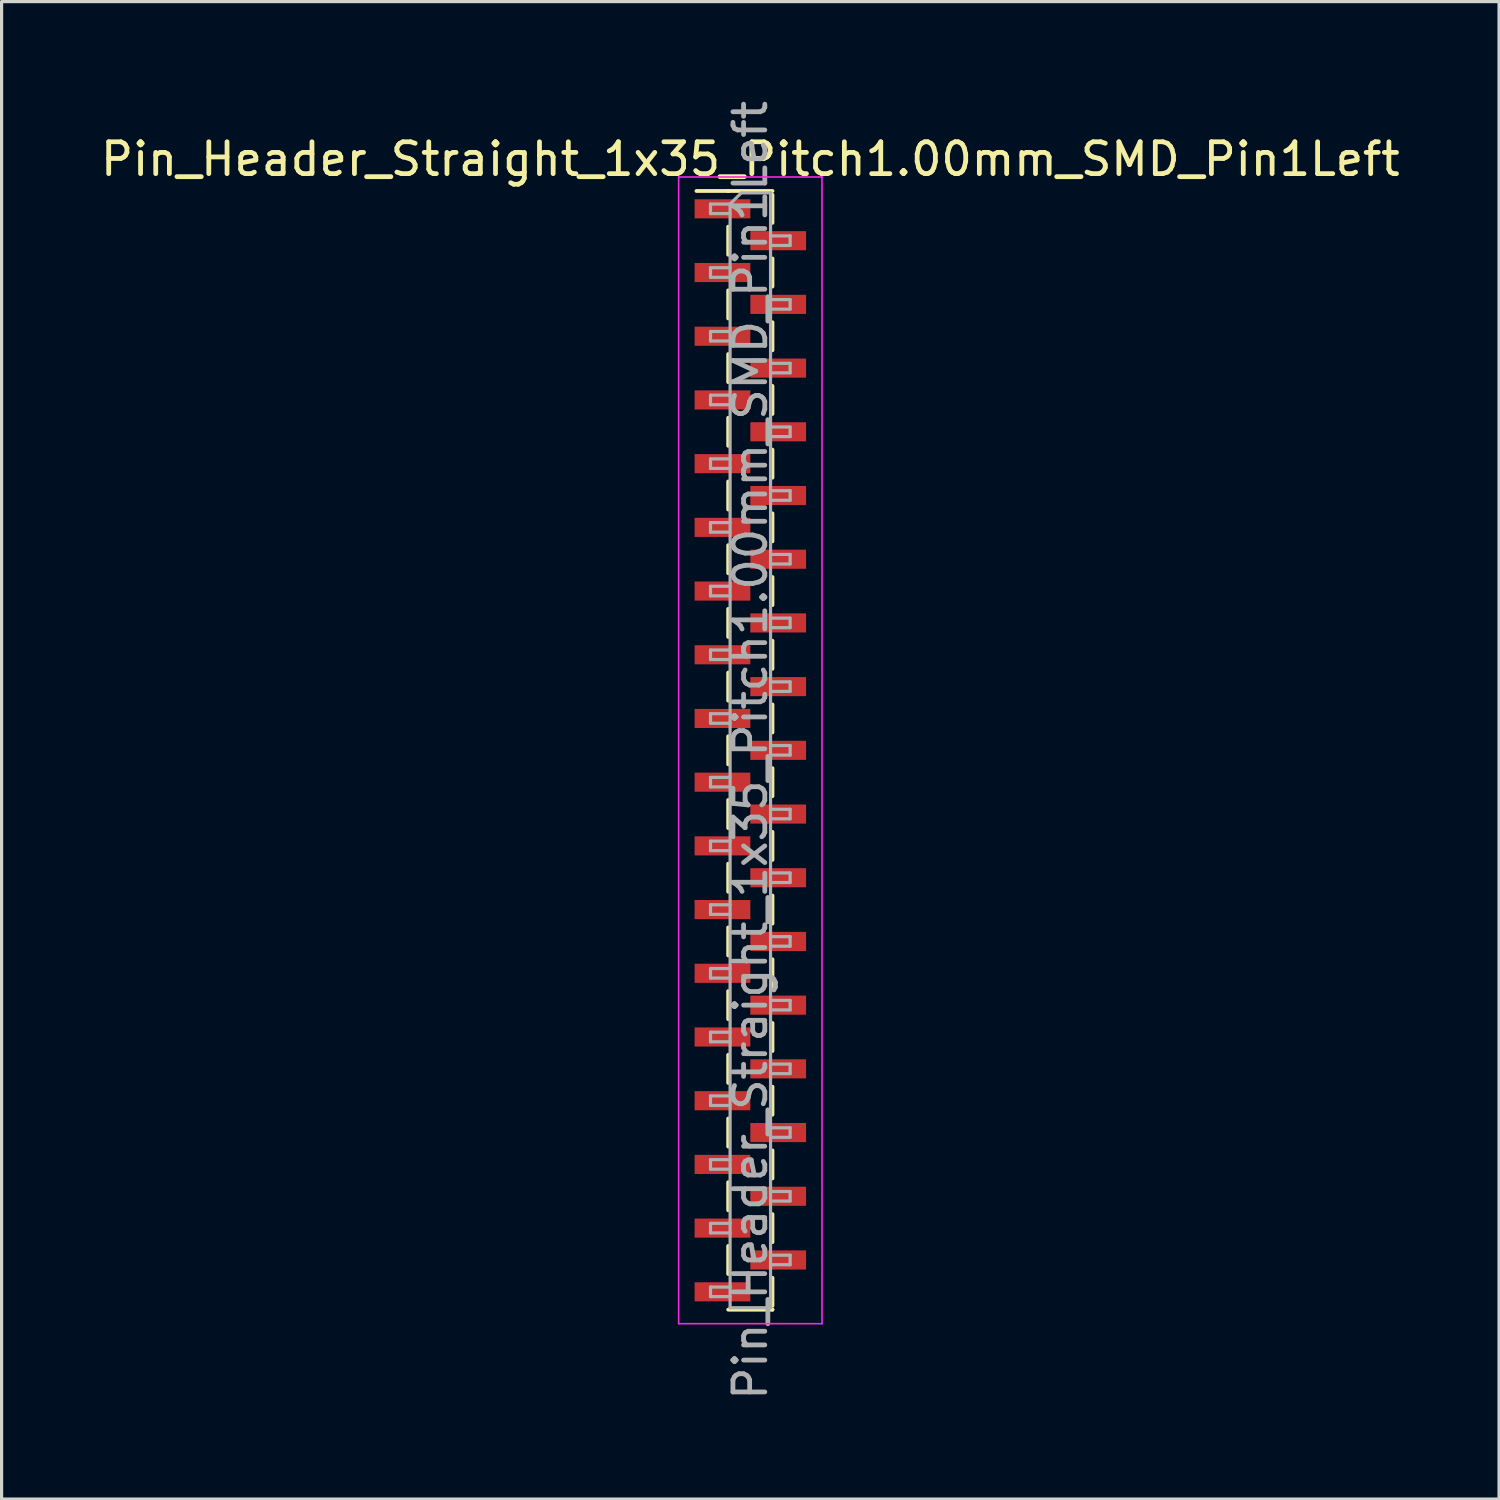
<source format=kicad_pcb>
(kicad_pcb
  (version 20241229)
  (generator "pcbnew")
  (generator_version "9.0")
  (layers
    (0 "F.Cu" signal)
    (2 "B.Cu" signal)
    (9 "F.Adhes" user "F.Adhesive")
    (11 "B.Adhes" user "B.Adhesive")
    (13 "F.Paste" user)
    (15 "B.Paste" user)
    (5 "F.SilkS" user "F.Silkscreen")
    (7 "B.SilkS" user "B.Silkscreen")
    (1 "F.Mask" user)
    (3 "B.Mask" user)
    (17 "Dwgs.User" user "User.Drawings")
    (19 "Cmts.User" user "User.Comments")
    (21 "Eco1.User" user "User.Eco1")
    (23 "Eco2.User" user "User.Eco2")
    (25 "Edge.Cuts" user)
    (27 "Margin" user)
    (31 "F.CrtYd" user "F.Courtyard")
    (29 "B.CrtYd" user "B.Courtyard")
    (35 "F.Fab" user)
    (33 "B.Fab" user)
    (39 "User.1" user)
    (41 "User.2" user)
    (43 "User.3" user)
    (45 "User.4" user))
  (footprint "Pin_Header_Straight_1x35_Pitch1.00mm_SMD_Pin1Left"
    (layer "F.Cu")
    (at 20.506 20.506)
    (property "Reference" "Pin_Header_Straight_1x35_Pitch1.00mm_SMD_Pin1Left" (at 0 -18.56 0) (layer "F.SilkS") (effects (font (size 1 1) (thickness 0.15))))
    (attr smd)
    (fp_line (start -0.695 -17.56) (end -1.69 -17.56) (stroke (width 0.12) (type solid)) (layer "F.SilkS"))
    (fp_line (start -0.695 -17.56) (end -0.695 -17.56) (stroke (width 0.12) (type solid)) (layer "F.SilkS"))
    (fp_line (start -0.695 -17.56) (end 0.695 -17.56) (stroke (width 0.12) (type solid)) (layer "F.SilkS"))
    (fp_line (start -0.695 -16.44) (end -0.695 -15.56) (stroke (width 0.12) (type solid)) (layer "F.SilkS"))
    (fp_line (start -0.695 -14.44) (end -0.695 -13.56) (stroke (width 0.12) (type solid)) (layer "F.SilkS"))
    (fp_line (start -0.695 -12.44) (end -0.695 -11.56) (stroke (width 0.12) (type solid)) (layer "F.SilkS"))
    (fp_line (start -0.695 -10.44) (end -0.695 -9.56) (stroke (width 0.12) (type solid)) (layer "F.SilkS"))
    (fp_line (start -0.695 -8.44) (end -0.695 -7.56) (stroke (width 0.12) (type solid)) (layer "F.SilkS"))
    (fp_line (start -0.695 -6.44) (end -0.695 -5.56) (stroke (width 0.12) (type solid)) (layer "F.SilkS"))
    (fp_line (start -0.695 -4.44) (end -0.695 -3.56) (stroke (width 0.12) (type solid)) (layer "F.SilkS"))
    (fp_line (start -0.695 -2.44) (end -0.695 -1.56) (stroke (width 0.12) (type solid)) (layer "F.SilkS"))
    (fp_line (start -0.695 -0.44) (end -0.695 0.44) (stroke (width 0.12) (type solid)) (layer "F.SilkS"))
    (fp_line (start -0.695 1.56) (end -0.695 2.44) (stroke (width 0.12) (type solid)) (layer "F.SilkS"))
    (fp_line (start -0.695 3.56) (end -0.695 4.44) (stroke (width 0.12) (type solid)) (layer "F.SilkS"))
    (fp_line (start -0.695 5.56) (end -0.695 6.44) (stroke (width 0.12) (type solid)) (layer "F.SilkS"))
    (fp_line (start -0.695 7.56) (end -0.695 8.44) (stroke (width 0.12) (type solid)) (layer "F.SilkS"))
    (fp_line (start -0.695 9.56) (end -0.695 10.44) (stroke (width 0.12) (type solid)) (layer "F.SilkS"))
    (fp_line (start -0.695 11.56) (end -0.695 12.44) (stroke (width 0.12) (type solid)) (layer "F.SilkS"))
    (fp_line (start -0.695 13.56) (end -0.695 14.44) (stroke (width 0.12) (type solid)) (layer "F.SilkS"))
    (fp_line (start -0.695 15.56) (end -0.695 16.44) (stroke (width 0.12) (type solid)) (layer "F.SilkS"))
    (fp_line (start -0.695 17.56) (end 0.695 17.56) (stroke (width 0.12) (type solid)) (layer "F.SilkS"))
    (fp_line (start 0.695 -17.44) (end 0.695 -16.56) (stroke (width 0.12) (type solid)) (layer "F.SilkS"))
    (fp_line (start 0.695 -15.44) (end 0.695 -14.56) (stroke (width 0.12) (type solid)) (layer "F.SilkS"))
    (fp_line (start 0.695 -13.44) (end 0.695 -12.56) (stroke (width 0.12) (type solid)) (layer "F.SilkS"))
    (fp_line (start 0.695 -11.44) (end 0.695 -10.56) (stroke (width 0.12) (type solid)) (layer "F.SilkS"))
    (fp_line (start 0.695 -9.44) (end 0.695 -8.56) (stroke (width 0.12) (type solid)) (layer "F.SilkS"))
    (fp_line (start 0.695 -7.44) (end 0.695 -6.56) (stroke (width 0.12) (type solid)) (layer "F.SilkS"))
    (fp_line (start 0.695 -5.44) (end 0.695 -4.56) (stroke (width 0.12) (type solid)) (layer "F.SilkS"))
    (fp_line (start 0.695 -3.44) (end 0.695 -2.56) (stroke (width 0.12) (type solid)) (layer "F.SilkS"))
    (fp_line (start 0.695 -1.44) (end 0.695 -0.56) (stroke (width 0.12) (type solid)) (layer "F.SilkS"))
    (fp_line (start 0.695 0.56) (end 0.695 1.44) (stroke (width 0.12) (type solid)) (layer "F.SilkS"))
    (fp_line (start 0.695 2.56) (end 0.695 3.44) (stroke (width 0.12) (type solid)) (layer "F.SilkS"))
    (fp_line (start 0.695 4.56) (end 0.695 5.44) (stroke (width 0.12) (type solid)) (layer "F.SilkS"))
    (fp_line (start 0.695 6.56) (end 0.695 7.44) (stroke (width 0.12) (type solid)) (layer "F.SilkS"))
    (fp_line (start 0.695 8.56) (end 0.695 9.44) (stroke (width 0.12) (type solid)) (layer "F.SilkS"))
    (fp_line (start 0.695 10.56) (end 0.695 11.44) (stroke (width 0.12) (type solid)) (layer "F.SilkS"))
    (fp_line (start 0.695 12.56) (end 0.695 13.44) (stroke (width 0.12) (type solid)) (layer "F.SilkS"))
    (fp_line (start 0.695 14.56) (end 0.695 15.44) (stroke (width 0.12) (type solid)) (layer "F.SilkS"))
    (fp_line (start 0.695 16.56) (end 0.695 17.44) (stroke (width 0.12) (type solid)) (layer "F.SilkS"))
    (fp_line (start 0.695 17.56) (end 0.695 17.56) (stroke (width 0.12) (type solid)) (layer "F.SilkS"))
    (fp_line (start -2.25 -18) (end -2.25 18) (stroke (width 0.05) (type solid)) (layer "F.CrtYd"))
    (fp_line (start -2.25 18) (end 2.25 18) (stroke (width 0.05) (type solid)) (layer "F.CrtYd"))
    (fp_line (start 2.25 -18) (end -2.25 -18) (stroke (width 0.05) (type solid)) (layer "F.CrtYd"))
    (fp_line (start 2.25 18) (end 2.25 -18) (stroke (width 0.05) (type solid)) (layer "F.CrtYd"))
    (fp_line (start -1.25 -17.15) (end -1.25 -16.85) (stroke (width 0.1) (type solid)) (layer "F.Fab"))
    (fp_line (start -1.25 -16.85) (end -0.635 -16.85) (stroke (width 0.1) (type solid)) (layer "F.Fab"))
    (fp_line (start -1.25 -15.15) (end -1.25 -14.85) (stroke (width 0.1) (type solid)) (layer "F.Fab"))
    (fp_line (start -1.25 -14.85) (end -0.635 -14.85) (stroke (width 0.1) (type solid)) (layer "F.Fab"))
    (fp_line (start -1.25 -13.15) (end -1.25 -12.85) (stroke (width 0.1) (type solid)) (layer "F.Fab"))
    (fp_line (start -1.25 -12.85) (end -0.635 -12.85) (stroke (width 0.1) (type solid)) (layer "F.Fab"))
    (fp_line (start -1.25 -11.15) (end -1.25 -10.85) (stroke (width 0.1) (type solid)) (layer "F.Fab"))
    (fp_line (start -1.25 -10.85) (end -0.635 -10.85) (stroke (width 0.1) (type solid)) (layer "F.Fab"))
    (fp_line (start -1.25 -9.15) (end -1.25 -8.85) (stroke (width 0.1) (type solid)) (layer "F.Fab"))
    (fp_line (start -1.25 -8.85) (end -0.635 -8.85) (stroke (width 0.1) (type solid)) (layer "F.Fab"))
    (fp_line (start -1.25 -7.15) (end -1.25 -6.85) (stroke (width 0.1) (type solid)) (layer "F.Fab"))
    (fp_line (start -1.25 -6.85) (end -0.635 -6.85) (stroke (width 0.1) (type solid)) (layer "F.Fab"))
    (fp_line (start -1.25 -5.15) (end -1.25 -4.85) (stroke (width 0.1) (type solid)) (layer "F.Fab"))
    (fp_line (start -1.25 -4.85) (end -0.635 -4.85) (stroke (width 0.1) (type solid)) (layer "F.Fab"))
    (fp_line (start -1.25 -3.15) (end -1.25 -2.85) (stroke (width 0.1) (type solid)) (layer "F.Fab"))
    (fp_line (start -1.25 -2.85) (end -0.635 -2.85) (stroke (width 0.1) (type solid)) (layer "F.Fab"))
    (fp_line (start -1.25 -1.15) (end -1.25 -0.85) (stroke (width 0.1) (type solid)) (layer "F.Fab"))
    (fp_line (start -1.25 -0.85) (end -0.635 -0.85) (stroke (width 0.1) (type solid)) (layer "F.Fab"))
    (fp_line (start -1.25 0.85) (end -1.25 1.15) (stroke (width 0.1) (type solid)) (layer "F.Fab"))
    (fp_line (start -1.25 1.15) (end -0.635 1.15) (stroke (width 0.1) (type solid)) (layer "F.Fab"))
    (fp_line (start -1.25 2.85) (end -1.25 3.15) (stroke (width 0.1) (type solid)) (layer "F.Fab"))
    (fp_line (start -1.25 3.15) (end -0.635 3.15) (stroke (width 0.1) (type solid)) (layer "F.Fab"))
    (fp_line (start -1.25 4.85) (end -1.25 5.15) (stroke (width 0.1) (type solid)) (layer "F.Fab"))
    (fp_line (start -1.25 5.15) (end -0.635 5.15) (stroke (width 0.1) (type solid)) (layer "F.Fab"))
    (fp_line (start -1.25 6.85) (end -1.25 7.15) (stroke (width 0.1) (type solid)) (layer "F.Fab"))
    (fp_line (start -1.25 7.15) (end -0.635 7.15) (stroke (width 0.1) (type solid)) (layer "F.Fab"))
    (fp_line (start -1.25 8.85) (end -1.25 9.15) (stroke (width 0.1) (type solid)) (layer "F.Fab"))
    (fp_line (start -1.25 9.15) (end -0.635 9.15) (stroke (width 0.1) (type solid)) (layer "F.Fab"))
    (fp_line (start -1.25 10.85) (end -1.25 11.15) (stroke (width 0.1) (type solid)) (layer "F.Fab"))
    (fp_line (start -1.25 11.15) (end -0.635 11.15) (stroke (width 0.1) (type solid)) (layer "F.Fab"))
    (fp_line (start -1.25 12.85) (end -1.25 13.15) (stroke (width 0.1) (type solid)) (layer "F.Fab"))
    (fp_line (start -1.25 13.15) (end -0.635 13.15) (stroke (width 0.1) (type solid)) (layer "F.Fab"))
    (fp_line (start -1.25 14.85) (end -1.25 15.15) (stroke (width 0.1) (type solid)) (layer "F.Fab"))
    (fp_line (start -1.25 15.15) (end -0.635 15.15) (stroke (width 0.1) (type solid)) (layer "F.Fab"))
    (fp_line (start -1.25 16.85) (end -1.25 17.15) (stroke (width 0.1) (type solid)) (layer "F.Fab"))
    (fp_line (start -1.25 17.15) (end -0.635 17.15) (stroke (width 0.1) (type solid)) (layer "F.Fab"))
    (fp_line (start -0.635 -17.15) (end -1.25 -17.15) (stroke (width 0.1) (type solid)) (layer "F.Fab"))
    (fp_line (start -0.635 -17.15) (end -0.285 -17.5) (stroke (width 0.1) (type solid)) (layer "F.Fab"))
    (fp_line (start -0.635 -15.15) (end -1.25 -15.15) (stroke (width 0.1) (type solid)) (layer "F.Fab"))
    (fp_line (start -0.635 -13.15) (end -1.25 -13.15) (stroke (width 0.1) (type solid)) (layer "F.Fab"))
    (fp_line (start -0.635 -11.15) (end -1.25 -11.15) (stroke (width 0.1) (type solid)) (layer "F.Fab"))
    (fp_line (start -0.635 -9.15) (end -1.25 -9.15) (stroke (width 0.1) (type solid)) (layer "F.Fab"))
    (fp_line (start -0.635 -7.15) (end -1.25 -7.15) (stroke (width 0.1) (type solid)) (layer "F.Fab"))
    (fp_line (start -0.635 -5.15) (end -1.25 -5.15) (stroke (width 0.1) (type solid)) (layer "F.Fab"))
    (fp_line (start -0.635 -3.15) (end -1.25 -3.15) (stroke (width 0.1) (type solid)) (layer "F.Fab"))
    (fp_line (start -0.635 -1.15) (end -1.25 -1.15) (stroke (width 0.1) (type solid)) (layer "F.Fab"))
    (fp_line (start -0.635 0.85) (end -1.25 0.85) (stroke (width 0.1) (type solid)) (layer "F.Fab"))
    (fp_line (start -0.635 2.85) (end -1.25 2.85) (stroke (width 0.1) (type solid)) (layer "F.Fab"))
    (fp_line (start -0.635 4.85) (end -1.25 4.85) (stroke (width 0.1) (type solid)) (layer "F.Fab"))
    (fp_line (start -0.635 6.85) (end -1.25 6.85) (stroke (width 0.1) (type solid)) (layer "F.Fab"))
    (fp_line (start -0.635 8.85) (end -1.25 8.85) (stroke (width 0.1) (type solid)) (layer "F.Fab"))
    (fp_line (start -0.635 10.85) (end -1.25 10.85) (stroke (width 0.1) (type solid)) (layer "F.Fab"))
    (fp_line (start -0.635 12.85) (end -1.25 12.85) (stroke (width 0.1) (type solid)) (layer "F.Fab"))
    (fp_line (start -0.635 14.85) (end -1.25 14.85) (stroke (width 0.1) (type solid)) (layer "F.Fab"))
    (fp_line (start -0.635 16.85) (end -1.25 16.85) (stroke (width 0.1) (type solid)) (layer "F.Fab"))
    (fp_line (start -0.635 17.5) (end -0.635 -17.15) (stroke (width 0.1) (type solid)) (layer "F.Fab"))
    (fp_line (start -0.285 -17.5) (end 0.635 -17.5) (stroke (width 0.1) (type solid)) (layer "F.Fab"))
    (fp_line (start 0.635 -17.5) (end 0.635 17.5) (stroke (width 0.1) (type solid)) (layer "F.Fab"))
    (fp_line (start 0.635 -16.15) (end 1.25 -16.15) (stroke (width 0.1) (type solid)) (layer "F.Fab"))
    (fp_line (start 0.635 -14.15) (end 1.25 -14.15) (stroke (width 0.1) (type solid)) (layer "F.Fab"))
    (fp_line (start 0.635 -12.15) (end 1.25 -12.15) (stroke (width 0.1) (type solid)) (layer "F.Fab"))
    (fp_line (start 0.635 -10.15) (end 1.25 -10.15) (stroke (width 0.1) (type solid)) (layer "F.Fab"))
    (fp_line (start 0.635 -8.15) (end 1.25 -8.15) (stroke (width 0.1) (type solid)) (layer "F.Fab"))
    (fp_line (start 0.635 -6.15) (end 1.25 -6.15) (stroke (width 0.1) (type solid)) (layer "F.Fab"))
    (fp_line (start 0.635 -4.15) (end 1.25 -4.15) (stroke (width 0.1) (type solid)) (layer "F.Fab"))
    (fp_line (start 0.635 -2.15) (end 1.25 -2.15) (stroke (width 0.1) (type solid)) (layer "F.Fab"))
    (fp_line (start 0.635 -0.15) (end 1.25 -0.15) (stroke (width 0.1) (type solid)) (layer "F.Fab"))
    (fp_line (start 0.635 1.85) (end 1.25 1.85) (stroke (width 0.1) (type solid)) (layer "F.Fab"))
    (fp_line (start 0.635 3.85) (end 1.25 3.85) (stroke (width 0.1) (type solid)) (layer "F.Fab"))
    (fp_line (start 0.635 5.85) (end 1.25 5.85) (stroke (width 0.1) (type solid)) (layer "F.Fab"))
    (fp_line (start 0.635 7.85) (end 1.25 7.85) (stroke (width 0.1) (type solid)) (layer "F.Fab"))
    (fp_line (start 0.635 9.85) (end 1.25 9.85) (stroke (width 0.1) (type solid)) (layer "F.Fab"))
    (fp_line (start 0.635 11.85) (end 1.25 11.85) (stroke (width 0.1) (type solid)) (layer "F.Fab"))
    (fp_line (start 0.635 13.85) (end 1.25 13.85) (stroke (width 0.1) (type solid)) (layer "F.Fab"))
    (fp_line (start 0.635 15.85) (end 1.25 15.85) (stroke (width 0.1) (type solid)) (layer "F.Fab"))
    (fp_line (start 0.635 17.5) (end -0.635 17.5) (stroke (width 0.1) (type solid)) (layer "F.Fab"))
    (fp_line (start 1.25 -16.15) (end 1.25 -15.85) (stroke (width 0.1) (type solid)) (layer "F.Fab"))
    (fp_line (start 1.25 -15.85) (end 0.635 -15.85) (stroke (width 0.1) (type solid)) (layer "F.Fab"))
    (fp_line (start 1.25 -14.15) (end 1.25 -13.85) (stroke (width 0.1) (type solid)) (layer "F.Fab"))
    (fp_line (start 1.25 -13.85) (end 0.635 -13.85) (stroke (width 0.1) (type solid)) (layer "F.Fab"))
    (fp_line (start 1.25 -12.15) (end 1.25 -11.85) (stroke (width 0.1) (type solid)) (layer "F.Fab"))
    (fp_line (start 1.25 -11.85) (end 0.635 -11.85) (stroke (width 0.1) (type solid)) (layer "F.Fab"))
    (fp_line (start 1.25 -10.15) (end 1.25 -9.85) (stroke (width 0.1) (type solid)) (layer "F.Fab"))
    (fp_line (start 1.25 -9.85) (end 0.635 -9.85) (stroke (width 0.1) (type solid)) (layer "F.Fab"))
    (fp_line (start 1.25 -8.15) (end 1.25 -7.85) (stroke (width 0.1) (type solid)) (layer "F.Fab"))
    (fp_line (start 1.25 -7.85) (end 0.635 -7.85) (stroke (width 0.1) (type solid)) (layer "F.Fab"))
    (fp_line (start 1.25 -6.15) (end 1.25 -5.85) (stroke (width 0.1) (type solid)) (layer "F.Fab"))
    (fp_line (start 1.25 -5.85) (end 0.635 -5.85) (stroke (width 0.1) (type solid)) (layer "F.Fab"))
    (fp_line (start 1.25 -4.15) (end 1.25 -3.85) (stroke (width 0.1) (type solid)) (layer "F.Fab"))
    (fp_line (start 1.25 -3.85) (end 0.635 -3.85) (stroke (width 0.1) (type solid)) (layer "F.Fab"))
    (fp_line (start 1.25 -2.15) (end 1.25 -1.85) (stroke (width 0.1) (type solid)) (layer "F.Fab"))
    (fp_line (start 1.25 -1.85) (end 0.635 -1.85) (stroke (width 0.1) (type solid)) (layer "F.Fab"))
    (fp_line (start 1.25 -0.15) (end 1.25 0.15) (stroke (width 0.1) (type solid)) (layer "F.Fab"))
    (fp_line (start 1.25 0.15) (end 0.635 0.15) (stroke (width 0.1) (type solid)) (layer "F.Fab"))
    (fp_line (start 1.25 1.85) (end 1.25 2.15) (stroke (width 0.1) (type solid)) (layer "F.Fab"))
    (fp_line (start 1.25 2.15) (end 0.635 2.15) (stroke (width 0.1) (type solid)) (layer "F.Fab"))
    (fp_line (start 1.25 3.85) (end 1.25 4.15) (stroke (width 0.1) (type solid)) (layer "F.Fab"))
    (fp_line (start 1.25 4.15) (end 0.635 4.15) (stroke (width 0.1) (type solid)) (layer "F.Fab"))
    (fp_line (start 1.25 5.85) (end 1.25 6.15) (stroke (width 0.1) (type solid)) (layer "F.Fab"))
    (fp_line (start 1.25 6.15) (end 0.635 6.15) (stroke (width 0.1) (type solid)) (layer "F.Fab"))
    (fp_line (start 1.25 7.85) (end 1.25 8.15) (stroke (width 0.1) (type solid)) (layer "F.Fab"))
    (fp_line (start 1.25 8.15) (end 0.635 8.15) (stroke (width 0.1) (type solid)) (layer "F.Fab"))
    (fp_line (start 1.25 9.85) (end 1.25 10.15) (stroke (width 0.1) (type solid)) (layer "F.Fab"))
    (fp_line (start 1.25 10.15) (end 0.635 10.15) (stroke (width 0.1) (type solid)) (layer "F.Fab"))
    (fp_line (start 1.25 11.85) (end 1.25 12.15) (stroke (width 0.1) (type solid)) (layer "F.Fab"))
    (fp_line (start 1.25 12.15) (end 0.635 12.15) (stroke (width 0.1) (type solid)) (layer "F.Fab"))
    (fp_line (start 1.25 13.85) (end 1.25 14.15) (stroke (width 0.1) (type solid)) (layer "F.Fab"))
    (fp_line (start 1.25 14.15) (end 0.635 14.15) (stroke (width 0.1) (type solid)) (layer "F.Fab"))
    (fp_line (start 1.25 15.85) (end 1.25 16.15) (stroke (width 0.1) (type solid)) (layer "F.Fab"))
    (fp_line (start 1.25 16.15) (end 0.635 16.15) (stroke (width 0.1) (type solid)) (layer "F.Fab"))
    (fp_text user "${REFERENCE}" (at 0 0 90) (layer "F.Fab") (effects (font (size 1 1) (thickness 0.15))))
    (pad "1" smd rect (at -0.875 -17) (size 1.75 0.6) (layers "F.Cu" "F.Mask" "F.Paste"))
    (pad "2" smd rect (at 0.875 -16) (size 1.75 0.6) (layers "F.Cu" "F.Mask" "F.Paste"))
    (pad "3" smd rect (at -0.875 -15) (size 1.75 0.6) (layers "F.Cu" "F.Mask" "F.Paste"))
    (pad "4" smd rect (at 0.875 -14) (size 1.75 0.6) (layers "F.Cu" "F.Mask" "F.Paste"))
    (pad "5" smd rect (at -0.875 -13) (size 1.75 0.6) (layers "F.Cu" "F.Mask" "F.Paste"))
    (pad "6" smd rect (at 0.875 -12) (size 1.75 0.6) (layers "F.Cu" "F.Mask" "F.Paste"))
    (pad "7" smd rect (at -0.875 -11) (size 1.75 0.6) (layers "F.Cu" "F.Mask" "F.Paste"))
    (pad "8" smd rect (at 0.875 -10) (size 1.75 0.6) (layers "F.Cu" "F.Mask" "F.Paste"))
    (pad "9" smd rect (at -0.875 -9) (size 1.75 0.6) (layers "F.Cu" "F.Mask" "F.Paste"))
    (pad "10" smd rect (at 0.875 -8) (size 1.75 0.6) (layers "F.Cu" "F.Mask" "F.Paste"))
    (pad "11" smd rect (at -0.875 -7) (size 1.75 0.6) (layers "F.Cu" "F.Mask" "F.Paste"))
    (pad "12" smd rect (at 0.875 -6) (size 1.75 0.6) (layers "F.Cu" "F.Mask" "F.Paste"))
    (pad "13" smd rect (at -0.875 -5) (size 1.75 0.6) (layers "F.Cu" "F.Mask" "F.Paste"))
    (pad "14" smd rect (at 0.875 -4) (size 1.75 0.6) (layers "F.Cu" "F.Mask" "F.Paste"))
    (pad "15" smd rect (at -0.875 -3) (size 1.75 0.6) (layers "F.Cu" "F.Mask" "F.Paste"))
    (pad "16" smd rect (at 0.875 -2) (size 1.75 0.6) (layers "F.Cu" "F.Mask" "F.Paste"))
    (pad "17" smd rect (at -0.875 -1) (size 1.75 0.6) (layers "F.Cu" "F.Mask" "F.Paste"))
    (pad "18" smd rect (at 0.875 0) (size 1.75 0.6) (layers "F.Cu" "F.Mask" "F.Paste"))
    (pad "19" smd rect (at -0.875 1) (size 1.75 0.6) (layers "F.Cu" "F.Mask" "F.Paste"))
    (pad "20" smd rect (at 0.875 2) (size 1.75 0.6) (layers "F.Cu" "F.Mask" "F.Paste"))
    (pad "21" smd rect (at -0.875 3) (size 1.75 0.6) (layers "F.Cu" "F.Mask" "F.Paste"))
    (pad "22" smd rect (at 0.875 4) (size 1.75 0.6) (layers "F.Cu" "F.Mask" "F.Paste"))
    (pad "23" smd rect (at -0.875 5) (size 1.75 0.6) (layers "F.Cu" "F.Mask" "F.Paste"))
    (pad "24" smd rect (at 0.875 6) (size 1.75 0.6) (layers "F.Cu" "F.Mask" "F.Paste"))
    (pad "25" smd rect (at -0.875 7) (size 1.75 0.6) (layers "F.Cu" "F.Mask" "F.Paste"))
    (pad "26" smd rect (at 0.875 8) (size 1.75 0.6) (layers "F.Cu" "F.Mask" "F.Paste"))
    (pad "27" smd rect (at -0.875 9) (size 1.75 0.6) (layers "F.Cu" "F.Mask" "F.Paste"))
    (pad "28" smd rect (at 0.875 10) (size 1.75 0.6) (layers "F.Cu" "F.Mask" "F.Paste"))
    (pad "29" smd rect (at -0.875 11) (size 1.75 0.6) (layers "F.Cu" "F.Mask" "F.Paste"))
    (pad "30" smd rect (at 0.875 12) (size 1.75 0.6) (layers "F.Cu" "F.Mask" "F.Paste"))
    (pad "31" smd rect (at -0.875 13) (size 1.75 0.6) (layers "F.Cu" "F.Mask" "F.Paste"))
    (pad "32" smd rect (at 0.875 14) (size 1.75 0.6) (layers "F.Cu" "F.Mask" "F.Paste"))
    (pad "33" smd rect (at -0.875 15) (size 1.75 0.6) (layers "F.Cu" "F.Mask" "F.Paste"))
    (pad "34" smd rect (at 0.875 16) (size 1.75 0.6) (layers "F.Cu" "F.Mask" "F.Paste"))
    (pad "35" smd rect (at -0.875 17) (size 1.75 0.6) (layers "F.Cu" "F.Mask" "F.Paste")))
  (gr_rect
    (start -3 -3)
    (end 44.012 44.012)
    (stroke (width 0.1) (type default))
    (fill no)
    (layer "Edge.Cuts")))
</source>
